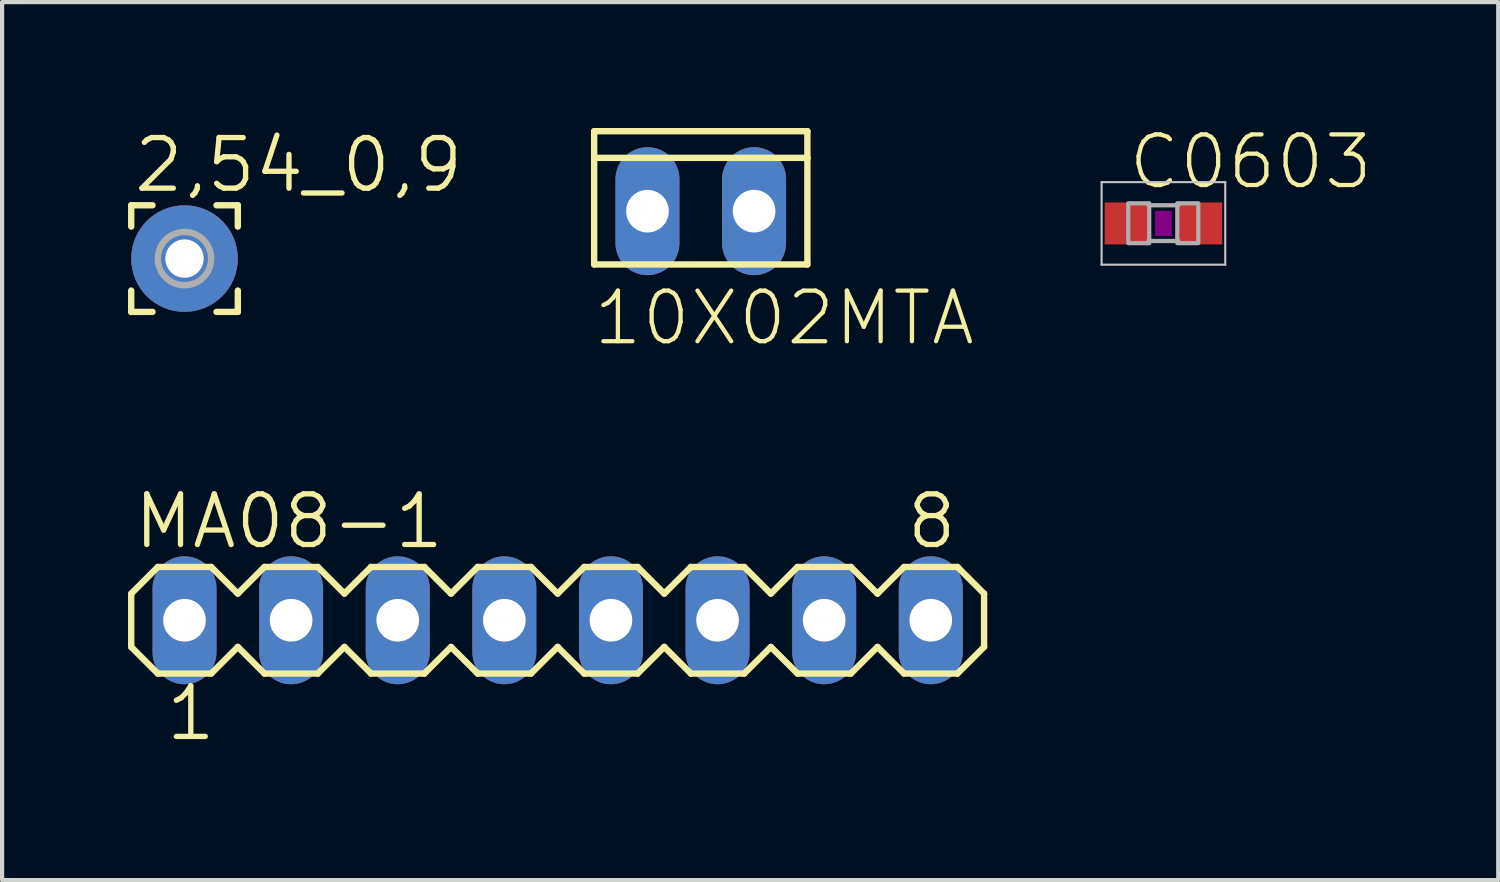
<source format=kicad_pcb>
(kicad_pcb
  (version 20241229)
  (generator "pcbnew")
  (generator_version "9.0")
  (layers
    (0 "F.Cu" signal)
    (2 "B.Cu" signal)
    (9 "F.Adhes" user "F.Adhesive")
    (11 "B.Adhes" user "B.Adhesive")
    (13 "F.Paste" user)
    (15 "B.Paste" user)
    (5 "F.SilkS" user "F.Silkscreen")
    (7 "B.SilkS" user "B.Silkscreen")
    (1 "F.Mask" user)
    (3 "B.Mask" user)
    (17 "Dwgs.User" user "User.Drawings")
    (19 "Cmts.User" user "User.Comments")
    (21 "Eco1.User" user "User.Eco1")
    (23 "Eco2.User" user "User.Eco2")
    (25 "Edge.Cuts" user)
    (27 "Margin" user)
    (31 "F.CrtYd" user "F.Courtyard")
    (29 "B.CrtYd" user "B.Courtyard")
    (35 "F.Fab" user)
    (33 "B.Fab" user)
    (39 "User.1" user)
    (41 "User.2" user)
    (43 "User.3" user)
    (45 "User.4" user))
  (footprint "MA08-1"
    (layer "F.Cu")
    (at 10.236 11.728)
    (property "Reference" "MA08-1" (at -10.16 -1.651 0) (layer "F.SilkS") (effects (font (size 1.206 1.206) (thickness 0.127)) (justify left bottom)))
    (attr through_hole)
    (fp_line (start -10.16 -0.635) (end -10.16 0.635) (stroke (width 0.152) (type solid)) (layer "F.SilkS"))
    (fp_line (start -10.16 0.635) (end -9.525 1.27) (stroke (width 0.152) (type solid)) (layer "F.SilkS"))
    (fp_line (start -9.525 -1.27) (end -10.16 -0.635) (stroke (width 0.152) (type solid)) (layer "F.SilkS"))
    (fp_line (start -9.525 -1.27) (end -8.255 -1.27) (stroke (width 0.152) (type solid)) (layer "F.SilkS"))
    (fp_line (start -8.255 -1.27) (end -7.62 -0.635) (stroke (width 0.152) (type solid)) (layer "F.SilkS"))
    (fp_line (start -8.255 1.27) (end -9.525 1.27) (stroke (width 0.152) (type solid)) (layer "F.SilkS"))
    (fp_line (start -7.62 -0.635) (end -6.985 -1.27) (stroke (width 0.152) (type solid)) (layer "F.SilkS"))
    (fp_line (start -7.62 0.635) (end -8.255 1.27) (stroke (width 0.152) (type solid)) (layer "F.SilkS"))
    (fp_line (start -6.985 -1.27) (end -5.715 -1.27) (stroke (width 0.152) (type solid)) (layer "F.SilkS"))
    (fp_line (start -6.985 1.27) (end -7.62 0.635) (stroke (width 0.152) (type solid)) (layer "F.SilkS"))
    (fp_line (start -5.715 -1.27) (end -5.08 -0.635) (stroke (width 0.152) (type solid)) (layer "F.SilkS"))
    (fp_line (start -5.715 1.27) (end -6.985 1.27) (stroke (width 0.152) (type solid)) (layer "F.SilkS"))
    (fp_line (start -5.08 -0.635) (end -4.445 -1.27) (stroke (width 0.152) (type solid)) (layer "F.SilkS"))
    (fp_line (start -5.08 0.635) (end -5.715 1.27) (stroke (width 0.152) (type solid)) (layer "F.SilkS"))
    (fp_line (start -4.445 -1.27) (end -3.175 -1.27) (stroke (width 0.152) (type solid)) (layer "F.SilkS"))
    (fp_line (start -4.445 1.27) (end -5.08 0.635) (stroke (width 0.152) (type solid)) (layer "F.SilkS"))
    (fp_line (start -3.175 -1.27) (end -2.54 -0.635) (stroke (width 0.152) (type solid)) (layer "F.SilkS"))
    (fp_line (start -3.175 1.27) (end -4.445 1.27) (stroke (width 0.152) (type solid)) (layer "F.SilkS"))
    (fp_line (start -2.54 0.635) (end -3.175 1.27) (stroke (width 0.152) (type solid)) (layer "F.SilkS"))
    (fp_line (start -2.54 0.635) (end -1.905 1.27) (stroke (width 0.152) (type solid)) (layer "F.SilkS"))
    (fp_line (start -1.905 -1.27) (end -2.54 -0.635) (stroke (width 0.152) (type solid)) (layer "F.SilkS"))
    (fp_line (start -1.905 -1.27) (end -0.635 -1.27) (stroke (width 0.152) (type solid)) (layer "F.SilkS"))
    (fp_line (start -0.635 -1.27) (end 0 -0.635) (stroke (width 0.152) (type solid)) (layer "F.SilkS"))
    (fp_line (start -0.635 1.27) (end -1.905 1.27) (stroke (width 0.152) (type solid)) (layer "F.SilkS"))
    (fp_line (start 0 0.635) (end -0.635 1.27) (stroke (width 0.152) (type solid)) (layer "F.SilkS"))
    (fp_line (start 0 0.635) (end 0.635 1.27) (stroke (width 0.152) (type solid)) (layer "F.SilkS"))
    (fp_line (start 0.635 -1.27) (end 0 -0.635) (stroke (width 0.152) (type solid)) (layer "F.SilkS"))
    (fp_line (start 0.635 -1.27) (end 1.905 -1.27) (stroke (width 0.152) (type solid)) (layer "F.SilkS"))
    (fp_line (start 1.905 -1.27) (end 2.54 -0.635) (stroke (width 0.152) (type solid)) (layer "F.SilkS"))
    (fp_line (start 1.905 1.27) (end 0.635 1.27) (stroke (width 0.152) (type solid)) (layer "F.SilkS"))
    (fp_line (start 2.54 -0.635) (end 3.175 -1.27) (stroke (width 0.152) (type solid)) (layer "F.SilkS"))
    (fp_line (start 2.54 0.635) (end 1.905 1.27) (stroke (width 0.152) (type solid)) (layer "F.SilkS"))
    (fp_line (start 3.175 -1.27) (end 4.445 -1.27) (stroke (width 0.152) (type solid)) (layer "F.SilkS"))
    (fp_line (start 3.175 1.27) (end 2.54 0.635) (stroke (width 0.152) (type solid)) (layer "F.SilkS"))
    (fp_line (start 4.445 -1.27) (end 5.08 -0.635) (stroke (width 0.152) (type solid)) (layer "F.SilkS"))
    (fp_line (start 4.445 1.27) (end 3.175 1.27) (stroke (width 0.152) (type solid)) (layer "F.SilkS"))
    (fp_line (start 5.08 -0.635) (end 5.715 -1.27) (stroke (width 0.152) (type solid)) (layer "F.SilkS"))
    (fp_line (start 5.08 0.635) (end 4.445 1.27) (stroke (width 0.152) (type solid)) (layer "F.SilkS"))
    (fp_line (start 5.715 -1.27) (end 6.985 -1.27) (stroke (width 0.152) (type solid)) (layer "F.SilkS"))
    (fp_line (start 5.715 1.27) (end 5.08 0.635) (stroke (width 0.152) (type solid)) (layer "F.SilkS"))
    (fp_line (start 6.985 -1.27) (end 7.62 -0.635) (stroke (width 0.152) (type solid)) (layer "F.SilkS"))
    (fp_line (start 6.985 1.27) (end 5.715 1.27) (stroke (width 0.152) (type solid)) (layer "F.SilkS"))
    (fp_line (start 7.62 0.635) (end 6.985 1.27) (stroke (width 0.152) (type solid)) (layer "F.SilkS"))
    (fp_line (start 7.62 0.635) (end 8.255 1.27) (stroke (width 0.152) (type solid)) (layer "F.SilkS"))
    (fp_line (start 8.255 -1.27) (end 7.62 -0.635) (stroke (width 0.152) (type solid)) (layer "F.SilkS"))
    (fp_line (start 8.255 -1.27) (end 9.525 -1.27) (stroke (width 0.152) (type solid)) (layer "F.SilkS"))
    (fp_line (start 9.525 -1.27) (end 10.16 -0.635) (stroke (width 0.152) (type solid)) (layer "F.SilkS"))
    (fp_line (start 9.525 1.27) (end 8.255 1.27) (stroke (width 0.152) (type solid)) (layer "F.SilkS"))
    (fp_line (start 10.16 -0.635) (end 10.16 0.635) (stroke (width 0.152) (type solid)) (layer "F.SilkS"))
    (fp_line (start 10.16 0.635) (end 9.525 1.27) (stroke (width 0.152) (type solid)) (layer "F.SilkS"))
    (fp_poly (pts (xy -9.144 0.254) (xy -8.636 0.254) (xy -8.636 -0.254) (xy -9.144 -0.254)) (stroke (width 0.1) (type solid)) (fill no) (layer "F.Fab"))
    (fp_poly (pts (xy -6.604 0.254) (xy -6.096 0.254) (xy -6.096 -0.254) (xy -6.604 -0.254)) (stroke (width 0.1) (type solid)) (fill no) (layer "F.Fab"))
    (fp_poly (pts (xy -4.064 0.254) (xy -3.556 0.254) (xy -3.556 -0.254) (xy -4.064 -0.254)) (stroke (width 0.1) (type solid)) (fill no) (layer "F.Fab"))
    (fp_poly (pts (xy -1.524 0.254) (xy -1.016 0.254) (xy -1.016 -0.254) (xy -1.524 -0.254)) (stroke (width 0.1) (type solid)) (fill no) (layer "F.Fab"))
    (fp_poly (pts (xy 1.016 0.254) (xy 1.524 0.254) (xy 1.524 -0.254) (xy 1.016 -0.254)) (stroke (width 0.1) (type solid)) (fill no) (layer "F.Fab"))
    (fp_poly (pts (xy 3.556 0.254) (xy 4.064 0.254) (xy 4.064 -0.254) (xy 3.556 -0.254)) (stroke (width 0.1) (type solid)) (fill no) (layer "F.Fab"))
    (fp_poly (pts (xy 6.096 0.254) (xy 6.604 0.254) (xy 6.604 -0.254) (xy 6.096 -0.254)) (stroke (width 0.1) (type solid)) (fill no) (layer "F.Fab"))
    (fp_poly (pts (xy 8.636 0.254) (xy 9.144 0.254) (xy 9.144 -0.254) (xy 8.636 -0.254)) (stroke (width 0.1) (type solid)) (fill no) (layer "F.Fab"))
    (fp_text user "1" (at -9.398 2.921 0) (layer "F.SilkS") (effects (font (size 1.206 1.206) (thickness 0.127)) (justify left bottom)))
    (fp_text user "8" (at 8.255 -1.651 0) (layer "F.SilkS") (effects (font (size 1.206 1.206) (thickness 0.127)) (justify left bottom)))
    (pad "1" thru_hole oval (at -8.89 0 90) (size 3.048 1.524) (drill 1.016) (layers "*.Cu" "*.Mask"))
    (pad "2" thru_hole oval (at -6.35 0 90) (size 3.048 1.524) (drill 1.016) (layers "*.Cu" "*.Mask"))
    (pad "3" thru_hole oval (at -3.81 0 90) (size 3.048 1.524) (drill 1.016) (layers "*.Cu" "*.Mask"))
    (pad "4" thru_hole oval (at -1.27 0 90) (size 3.048 1.524) (drill 1.016) (layers "*.Cu" "*.Mask"))
    (pad "5" thru_hole oval (at 1.27 0 90) (size 3.048 1.524) (drill 1.016) (layers "*.Cu" "*.Mask"))
    (pad "6" thru_hole oval (at 3.81 0 90) (size 3.048 1.524) (drill 1.016) (layers "*.Cu" "*.Mask"))
    (pad "7" thru_hole oval (at 6.35 0 90) (size 3.048 1.524) (drill 1.016) (layers "*.Cu" "*.Mask"))
    (pad "8" thru_hole oval (at 8.89 0 90) (size 3.048 1.524) (drill 1.016) (layers "*.Cu" "*.Mask")))
  (footprint "C0603"
    (layer "F.Cu")
    (at 24.669 2.273)
    (property "Reference" "C0603" (at -0.889 -0.762 0) (layer "F.SilkS") (effects (font (size 1.206 1.206) (thickness 0.102)) (justify left bottom)))
    (attr through_hole)
    (fp_poly (pts (xy -0.2 0.3) (xy 0.2 0.3) (xy 0.2 -0.3) (xy -0.2 -0.3)) (stroke (width 0) (type solid)) (fill yes) (layer "F.Adhes"))
    (fp_line (start -1.473 -0.983) (end 1.473 -0.983) (stroke (width 0.051) (type solid)) (layer "Dwgs.User"))
    (fp_line (start -1.473 0.983) (end -1.473 -0.983) (stroke (width 0.051) (type solid)) (layer "Dwgs.User"))
    (fp_line (start 1.473 -0.983) (end 1.473 0.983) (stroke (width 0.051) (type solid)) (layer "Dwgs.User"))
    (fp_line (start 1.473 0.983) (end -1.473 0.983) (stroke (width 0.051) (type solid)) (layer "Dwgs.User"))
    (fp_line (start -0.356 -0.432) (end 0.356 -0.432) (stroke (width 0.102) (type solid)) (layer "F.Fab"))
    (fp_line (start -0.356 0.419) (end 0.356 0.419) (stroke (width 0.102) (type solid)) (layer "F.Fab"))
    (fp_poly (pts (xy -0.838 0.47) (xy -0.338 0.47) (xy -0.338 -0.48) (xy -0.838 -0.48)) (stroke (width 0.1) (type solid)) (fill no) (layer "F.Fab"))
    (fp_poly (pts (xy 0.33 0.47) (xy 0.83 0.47) (xy 0.83 -0.48) (xy 0.33 -0.48)) (stroke (width 0.1) (type solid)) (fill no) (layer "F.Fab"))
    (pad "1" smd rect (at -0.85 0) (size 1.1 1) (layers "F.Cu" "F.Mask" "F.Paste"))
    (pad "2" smd rect (at 0.85 0) (size 1.1 1) (layers "F.Cu" "F.Mask" "F.Paste")))
  (footprint "10X02MTA"
    (layer "F.Cu")
    (at 13.646 1.981)
    (property "Reference" "10X02MTA" (at -2.616 3.251 0) (layer "F.SilkS") (effects (font (size 1.206 1.206) (thickness 0.102)) (justify left bottom)))
    (attr through_hole)
    (fp_line (start -2.54 -1.27) (end -2.54 -1.905) (stroke (width 0.152) (type solid)) (layer "F.SilkS"))
    (fp_line (start -2.54 1.27) (end -2.54 -1.27) (stroke (width 0.152) (type solid)) (layer "F.SilkS"))
    (fp_line (start -2.54 1.27) (end 2.54 1.27) (stroke (width 0.152) (type solid)) (layer "F.SilkS"))
    (fp_line (start 2.54 -1.905) (end -2.54 -1.905) (stroke (width 0.152) (type solid)) (layer "F.SilkS"))
    (fp_line (start 2.54 -1.905) (end 2.54 -1.27) (stroke (width 0.152) (type solid)) (layer "F.SilkS"))
    (fp_line (start 2.54 -1.27) (end -2.54 -1.27) (stroke (width 0.152) (type solid)) (layer "F.SilkS"))
    (fp_line (start 2.54 -1.27) (end 2.54 1.27) (stroke (width 0.152) (type solid)) (layer "F.SilkS"))
    (fp_poly (pts (xy -1.524 0.254) (xy -1.016 0.254) (xy -1.016 -0.254) (xy -1.524 -0.254)) (stroke (width 0) (type solid)) (fill yes) (layer "F.SilkS"))
    (fp_poly (pts (xy 1.016 0.254) (xy 1.524 0.254) (xy 1.524 -0.254) (xy 1.016 -0.254)) (stroke (width 0) (type solid)) (fill yes) (layer "F.SilkS"))
    (pad "1" thru_hole oval (at 1.27 0 90) (size 3.048 1.524) (drill 1.016) (layers "*.Cu" "*.Mask"))
    (pad "2" thru_hole oval (at -1.27 0 90) (size 3.048 1.524) (drill 1.016) (layers "*.Cu" "*.Mask")))
  (footprint "2,54_0,9"
    (layer "F.Cu")
    (at 1.346 3.111)
    (property "Reference" "2,54_0,9" (at -1.27 -1.524 0) (layer "F.SilkS") (effects (font (size 1.206 1.206) (thickness 0.127)) (justify left bottom)))
    (attr through_hole)
    (fp_line (start -1.27 -1.27) (end -1.27 -0.762) (stroke (width 0.152) (type solid)) (layer "F.SilkS"))
    (fp_line (start -1.27 -1.27) (end -0.762 -1.27) (stroke (width 0.152) (type solid)) (layer "F.SilkS"))
    (fp_line (start -1.27 1.27) (end -1.27 0.762) (stroke (width 0.152) (type solid)) (layer "F.SilkS"))
    (fp_line (start -0.762 1.27) (end -1.27 1.27) (stroke (width 0.152) (type solid)) (layer "F.SilkS"))
    (fp_line (start 1.27 -1.27) (end 0.762 -1.27) (stroke (width 0.152) (type solid)) (layer "F.SilkS"))
    (fp_line (start 1.27 -1.27) (end 1.27 -0.762) (stroke (width 0.152) (type solid)) (layer "F.SilkS"))
    (fp_line (start 1.27 0.762) (end 1.27 1.27) (stroke (width 0.152) (type solid)) (layer "F.SilkS"))
    (fp_line (start 1.27 1.27) (end 0.762 1.27) (stroke (width 0.152) (type solid)) (layer "F.SilkS"))
    (fp_circle (center 0 0) (end 0.635 0) (stroke (width 0.152) (type solid)) (fill no) (layer "F.Fab"))
    (pad "1" thru_hole circle (at 0 0) (size 2.54 2.54) (drill 0.914) (layers "*.Cu" "*.Mask")))
  (gr_rect
    (start -3 -3)
    (end 32.646 17.919)
    (stroke (width 0.1) (type default))
    (fill no)
    (layer "Edge.Cuts")))
</source>
